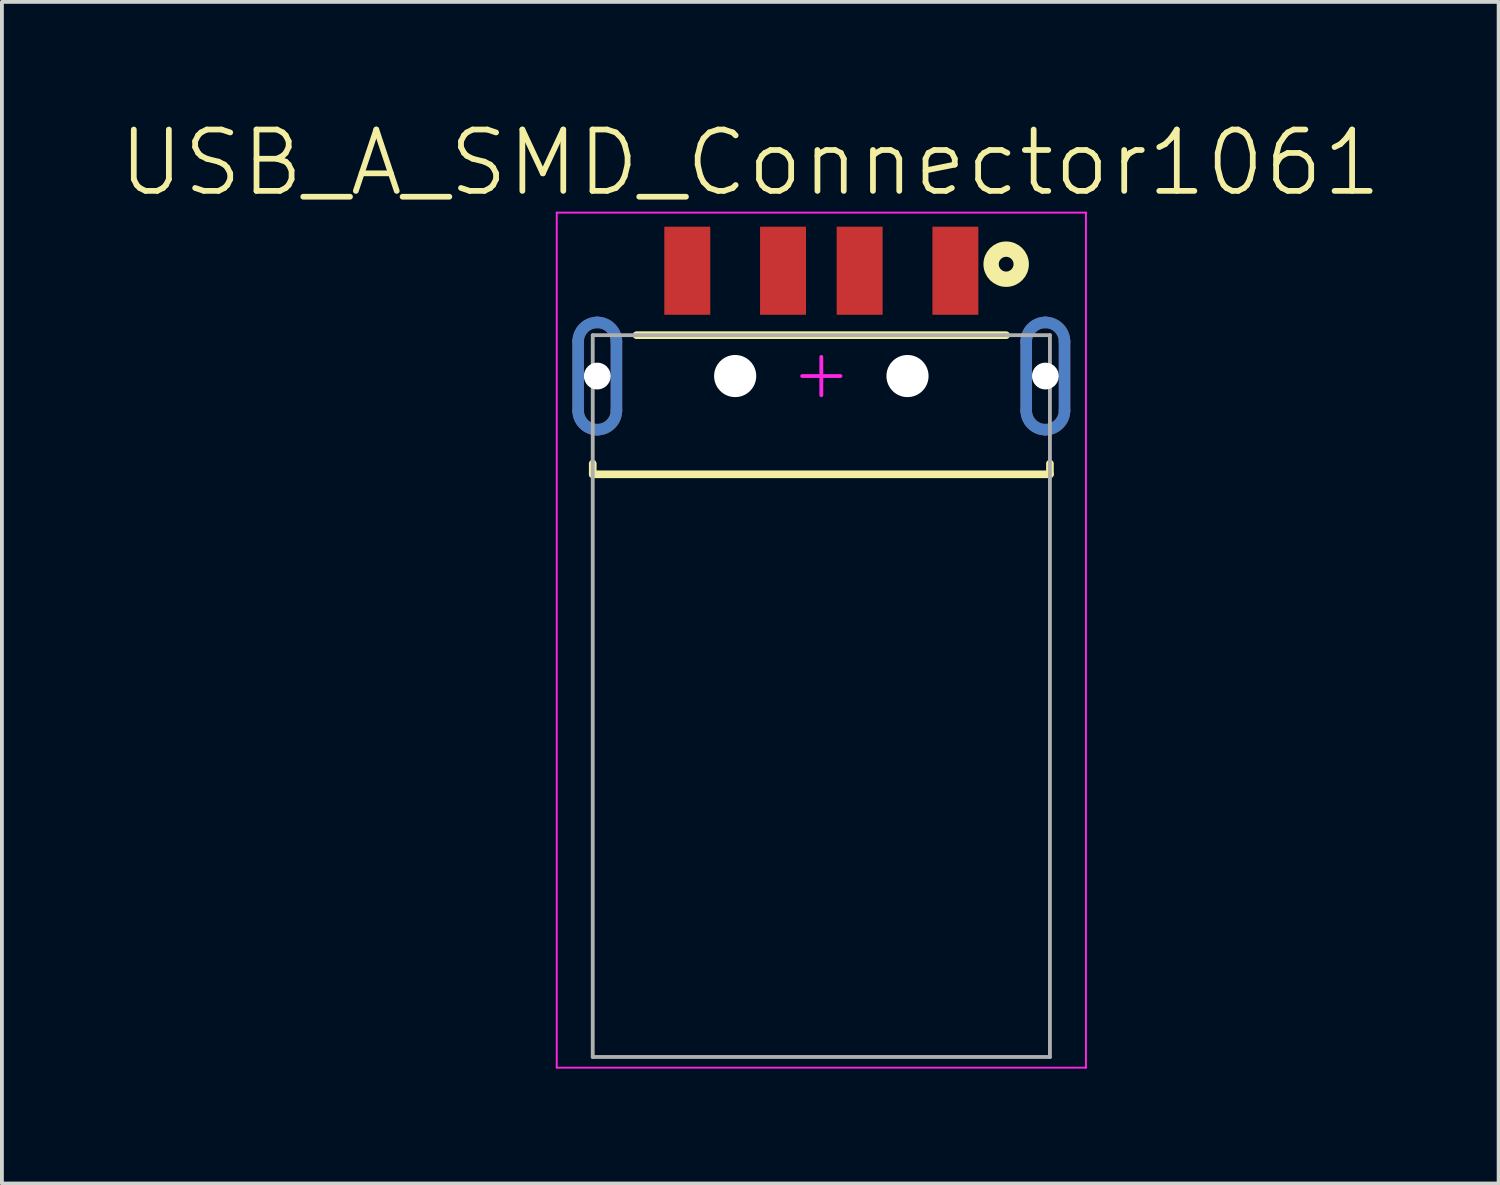
<source format=kicad_pcb>
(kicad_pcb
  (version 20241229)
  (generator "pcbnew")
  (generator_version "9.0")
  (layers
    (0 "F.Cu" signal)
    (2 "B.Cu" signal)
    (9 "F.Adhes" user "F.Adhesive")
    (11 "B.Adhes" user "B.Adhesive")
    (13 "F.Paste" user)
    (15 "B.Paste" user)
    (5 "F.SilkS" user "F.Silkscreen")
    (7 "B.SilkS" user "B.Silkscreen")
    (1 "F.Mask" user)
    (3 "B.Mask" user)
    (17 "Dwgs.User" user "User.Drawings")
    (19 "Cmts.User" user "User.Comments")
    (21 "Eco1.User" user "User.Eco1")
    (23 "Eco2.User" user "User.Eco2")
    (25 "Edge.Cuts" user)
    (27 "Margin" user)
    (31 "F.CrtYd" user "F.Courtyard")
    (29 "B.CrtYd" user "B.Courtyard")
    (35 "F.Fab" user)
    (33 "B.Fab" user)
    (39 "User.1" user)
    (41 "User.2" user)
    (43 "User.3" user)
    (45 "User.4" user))
  (footprint "USB_A_SMD_Connector1061"
    (layer "F.Cu")
    (at 18.396 6.769)
    (property "Reference" "USB_A_SMD_Connector1061" (at -1.856 -5.568 0) (layer "F.SilkS") (effects (font (size 1.602 1.602) (thickness 0.15))))
    (attr through_hole)
    (fp_line (start -6.35 0.9) (end -6.35 -0.9) (stroke (width 0.3) (type solid)) (layer "F.Cu"))
    (fp_line (start -5.35 -0.9) (end -5.35 0.9) (stroke (width 0.3) (type solid)) (layer "F.Cu"))
    (fp_line (start 5.35 0.9) (end 5.35 -0.9) (stroke (width 0.3) (type solid)) (layer "F.Cu"))
    (fp_line (start 6.35 -0.9) (end 6.35 0.9) (stroke (width 0.3) (type solid)) (layer "F.Cu"))
    (fp_arc (start -6.35 -0.9) (mid -6.203553 -1.253553) (end -5.85 -1.4) (stroke (width 0.3) (type solid)) (layer "F.Cu"))
    (fp_arc (start -5.85 -1.4) (mid -5.496447 -1.253553) (end -5.35 -0.9) (stroke (width 0.3) (type solid)) (layer "F.Cu"))
    (fp_arc (start -5.85 1.4) (mid -6.203553 1.253553) (end -6.35 0.9) (stroke (width 0.3) (type solid)) (layer "F.Cu"))
    (fp_arc (start -5.35 0.9) (mid -5.496447 1.253553) (end -5.85 1.4) (stroke (width 0.3) (type solid)) (layer "F.Cu"))
    (fp_arc (start 5.35 -0.9) (mid 5.496447 -1.253553) (end 5.85 -1.4) (stroke (width 0.3) (type solid)) (layer "F.Cu"))
    (fp_arc (start 5.85 -1.4) (mid 6.203553 -1.253553) (end 6.35 -0.9) (stroke (width 0.3) (type solid)) (layer "F.Cu"))
    (fp_arc (start 5.85 1.4) (mid 5.496447 1.253553) (end 5.35 0.9) (stroke (width 0.3) (type solid)) (layer "F.Cu"))
    (fp_arc (start 6.35 0.9) (mid 6.203553 1.253553) (end 5.85 1.4) (stroke (width 0.3) (type solid)) (layer "F.Cu"))
    (fp_poly (pts (xy -6.55 0.9) (xy -6.55 -0.9) (xy -6.549 -0.937) (xy -6.546 -0.973) (xy -6.541 -1.01) (xy -6.535 -1.046) (xy -6.526 -1.081) (xy -6.516 -1.116) (xy -6.504 -1.151) (xy -6.489 -1.185) (xy -6.474 -1.218) (xy -6.456 -1.25) (xy -6.437 -1.281) (xy -6.416 -1.311) (xy -6.394 -1.341) (xy -6.37 -1.368) (xy -6.345 -1.395) (xy -6.318 -1.42) (xy -6.291 -1.444) (xy -6.261 -1.466) (xy -6.231 -1.487) (xy -6.2 -1.506) (xy -6.168 -1.524) (xy -6.135 -1.539) (xy -6.101 -1.554) (xy -6.066 -1.566) (xy -6.031 -1.576) (xy -5.996 -1.585) (xy -5.96 -1.591) (xy -5.923 -1.596) (xy -5.887 -1.599) (xy -5.85 -1.6) (xy -5.813 -1.599) (xy -5.777 -1.596) (xy -5.74 -1.591) (xy -5.704 -1.585) (xy -5.669 -1.576) (xy -5.634 -1.566) (xy -5.599 -1.554) (xy -5.565 -1.539) (xy -5.532 -1.524) (xy -5.5 -1.506) (xy -5.469 -1.487) (xy -5.439 -1.466) (xy -5.409 -1.444) (xy -5.382 -1.42) (xy -5.355 -1.395) (xy -5.33 -1.368) (xy -5.306 -1.341) (xy -5.284 -1.311) (xy -5.263 -1.281) (xy -5.244 -1.25) (xy -5.226 -1.218) (xy -5.211 -1.185) (xy -5.196 -1.151) (xy -5.184 -1.116) (xy -5.174 -1.081) (xy -5.165 -1.046) (xy -5.159 -1.01) (xy -5.154 -0.973) (xy -5.151 -0.937) (xy -5.15 -0.9) (xy -5.15 0.9) (xy -5.151 0.937) (xy -5.154 0.973) (xy -5.159 1.01) (xy -5.165 1.046) (xy -5.174 1.081) (xy -5.184 1.116) (xy -5.196 1.151) (xy -5.211 1.185) (xy -5.226 1.218) (xy -5.244 1.25) (xy -5.263 1.281) (xy -5.284 1.311) (xy -5.306 1.341) (xy -5.33 1.368) (xy -5.355 1.395) (xy -5.382 1.42) (xy -5.409 1.444) (xy -5.439 1.466) (xy -5.469 1.487) (xy -5.5 1.506) (xy -5.532 1.524) (xy -5.565 1.539) (xy -5.599 1.554) (xy -5.634 1.566) (xy -5.669 1.576) (xy -5.704 1.585) (xy -5.74 1.591) (xy -5.777 1.596) (xy -5.813 1.599) (xy -5.85 1.6) (xy -5.887 1.599) (xy -5.923 1.596) (xy -5.96 1.591) (xy -5.996 1.585) (xy -6.031 1.576) (xy -6.066 1.566) (xy -6.101 1.554) (xy -6.135 1.539) (xy -6.168 1.524) (xy -6.2 1.506) (xy -6.231 1.487) (xy -6.261 1.466) (xy -6.291 1.444) (xy -6.318 1.42) (xy -6.345 1.395) (xy -6.37 1.368) (xy -6.394 1.341) (xy -6.416 1.311) (xy -6.437 1.281) (xy -6.456 1.25) (xy -6.474 1.218) (xy -6.489 1.185) (xy -6.504 1.151) (xy -6.516 1.116) (xy -6.526 1.081) (xy -6.535 1.046) (xy -6.541 1.01) (xy -6.546 0.973) (xy -6.549 0.937) (xy -6.55 0.9)) (stroke (width 0.001) (type solid)) (fill yes) (layer "F.Mask"))
    (fp_poly (pts (xy 5.15 0.9) (xy 5.15 -0.9) (xy 5.151 -0.937) (xy 5.154 -0.973) (xy 5.159 -1.01) (xy 5.165 -1.046) (xy 5.174 -1.081) (xy 5.184 -1.116) (xy 5.196 -1.151) (xy 5.211 -1.185) (xy 5.226 -1.218) (xy 5.244 -1.25) (xy 5.263 -1.281) (xy 5.284 -1.311) (xy 5.306 -1.341) (xy 5.33 -1.368) (xy 5.355 -1.395) (xy 5.382 -1.42) (xy 5.409 -1.444) (xy 5.439 -1.466) (xy 5.469 -1.487) (xy 5.5 -1.506) (xy 5.532 -1.524) (xy 5.565 -1.539) (xy 5.599 -1.554) (xy 5.634 -1.566) (xy 5.669 -1.576) (xy 5.704 -1.585) (xy 5.74 -1.591) (xy 5.777 -1.596) (xy 5.813 -1.599) (xy 5.85 -1.6) (xy 5.887 -1.599) (xy 5.923 -1.596) (xy 5.96 -1.591) (xy 5.996 -1.585) (xy 6.031 -1.576) (xy 6.066 -1.566) (xy 6.101 -1.554) (xy 6.135 -1.539) (xy 6.168 -1.524) (xy 6.2 -1.506) (xy 6.231 -1.487) (xy 6.261 -1.466) (xy 6.291 -1.444) (xy 6.318 -1.42) (xy 6.345 -1.395) (xy 6.37 -1.368) (xy 6.394 -1.341) (xy 6.416 -1.311) (xy 6.437 -1.281) (xy 6.456 -1.25) (xy 6.474 -1.218) (xy 6.489 -1.185) (xy 6.504 -1.151) (xy 6.516 -1.116) (xy 6.526 -1.081) (xy 6.535 -1.046) (xy 6.541 -1.01) (xy 6.546 -0.973) (xy 6.549 -0.937) (xy 6.55 -0.9) (xy 6.55 0.9) (xy 6.549 0.937) (xy 6.546 0.973) (xy 6.541 1.01) (xy 6.535 1.046) (xy 6.526 1.081) (xy 6.516 1.116) (xy 6.504 1.151) (xy 6.489 1.185) (xy 6.474 1.218) (xy 6.456 1.25) (xy 6.437 1.281) (xy 6.416 1.311) (xy 6.394 1.341) (xy 6.37 1.368) (xy 6.345 1.395) (xy 6.318 1.42) (xy 6.291 1.444) (xy 6.261 1.466) (xy 6.231 1.487) (xy 6.2 1.506) (xy 6.168 1.524) (xy 6.135 1.539) (xy 6.101 1.554) (xy 6.066 1.566) (xy 6.031 1.576) (xy 5.996 1.585) (xy 5.96 1.591) (xy 5.923 1.596) (xy 5.887 1.599) (xy 5.85 1.6) (xy 5.813 1.599) (xy 5.777 1.596) (xy 5.74 1.591) (xy 5.704 1.585) (xy 5.669 1.576) (xy 5.634 1.566) (xy 5.599 1.554) (xy 5.565 1.539) (xy 5.532 1.524) (xy 5.5 1.506) (xy 5.469 1.487) (xy 5.439 1.466) (xy 5.409 1.444) (xy 5.382 1.42) (xy 5.355 1.395) (xy 5.33 1.368) (xy 5.306 1.341) (xy 5.284 1.311) (xy 5.263 1.281) (xy 5.244 1.25) (xy 5.226 1.218) (xy 5.211 1.185) (xy 5.196 1.151) (xy 5.184 1.116) (xy 5.174 1.081) (xy 5.165 1.046) (xy 5.159 1.01) (xy 5.154 0.973) (xy 5.151 0.937) (xy 5.15 0.9)) (stroke (width 0.001) (type solid)) (fill yes) (layer "F.Mask"))
    (fp_line (start -6.35 0.9) (end -6.35 -0.9) (stroke (width 0.3) (type solid)) (layer "B.Cu"))
    (fp_line (start -5.35 -0.9) (end -5.35 0.9) (stroke (width 0.3) (type solid)) (layer "B.Cu"))
    (fp_line (start 5.35 0.9) (end 5.35 -0.9) (stroke (width 0.3) (type solid)) (layer "B.Cu"))
    (fp_line (start 6.35 -0.9) (end 6.35 0.9) (stroke (width 0.3) (type solid)) (layer "B.Cu"))
    (fp_arc (start -6.35 -0.9) (mid -6.203553 -1.253553) (end -5.85 -1.4) (stroke (width 0.3) (type solid)) (layer "B.Cu"))
    (fp_arc (start -5.85 -1.4) (mid -5.496447 -1.253553) (end -5.35 -0.9) (stroke (width 0.3) (type solid)) (layer "B.Cu"))
    (fp_arc (start -5.85 1.4) (mid -6.203553 1.253553) (end -6.35 0.9) (stroke (width 0.3) (type solid)) (layer "B.Cu"))
    (fp_arc (start -5.35 0.9) (mid -5.496447 1.253553) (end -5.85 1.4) (stroke (width 0.3) (type solid)) (layer "B.Cu"))
    (fp_arc (start 5.35 -0.9) (mid 5.496447 -1.253553) (end 5.85 -1.4) (stroke (width 0.3) (type solid)) (layer "B.Cu"))
    (fp_arc (start 5.85 -1.4) (mid 6.203553 -1.253553) (end 6.35 -0.9) (stroke (width 0.3) (type solid)) (layer "B.Cu"))
    (fp_arc (start 5.85 1.4) (mid 5.496447 1.253553) (end 5.35 0.9) (stroke (width 0.3) (type solid)) (layer "B.Cu"))
    (fp_arc (start 6.35 0.9) (mid 6.203553 1.253553) (end 5.85 1.4) (stroke (width 0.3) (type solid)) (layer "B.Cu"))
    (fp_poly (pts (xy -6.55 0.9) (xy -6.55 -0.9) (xy -6.549 -0.937) (xy -6.546 -0.973) (xy -6.541 -1.01) (xy -6.535 -1.046) (xy -6.526 -1.081) (xy -6.516 -1.116) (xy -6.504 -1.151) (xy -6.489 -1.185) (xy -6.474 -1.218) (xy -6.456 -1.25) (xy -6.437 -1.281) (xy -6.416 -1.311) (xy -6.394 -1.341) (xy -6.37 -1.368) (xy -6.345 -1.395) (xy -6.318 -1.42) (xy -6.291 -1.444) (xy -6.261 -1.466) (xy -6.231 -1.487) (xy -6.2 -1.506) (xy -6.168 -1.524) (xy -6.135 -1.539) (xy -6.101 -1.554) (xy -6.066 -1.566) (xy -6.031 -1.576) (xy -5.996 -1.585) (xy -5.96 -1.591) (xy -5.923 -1.596) (xy -5.887 -1.599) (xy -5.85 -1.6) (xy -5.813 -1.599) (xy -5.777 -1.596) (xy -5.74 -1.591) (xy -5.704 -1.585) (xy -5.669 -1.576) (xy -5.634 -1.566) (xy -5.599 -1.554) (xy -5.565 -1.539) (xy -5.532 -1.524) (xy -5.5 -1.506) (xy -5.469 -1.487) (xy -5.439 -1.466) (xy -5.409 -1.444) (xy -5.382 -1.42) (xy -5.355 -1.395) (xy -5.33 -1.368) (xy -5.306 -1.341) (xy -5.284 -1.311) (xy -5.263 -1.281) (xy -5.244 -1.25) (xy -5.226 -1.218) (xy -5.211 -1.185) (xy -5.196 -1.151) (xy -5.184 -1.116) (xy -5.174 -1.081) (xy -5.165 -1.046) (xy -5.159 -1.01) (xy -5.154 -0.973) (xy -5.151 -0.937) (xy -5.15 -0.9) (xy -5.15 0.9) (xy -5.151 0.937) (xy -5.154 0.973) (xy -5.159 1.01) (xy -5.165 1.046) (xy -5.174 1.081) (xy -5.184 1.116) (xy -5.196 1.151) (xy -5.211 1.185) (xy -5.226 1.218) (xy -5.244 1.25) (xy -5.263 1.281) (xy -5.284 1.311) (xy -5.306 1.341) (xy -5.33 1.368) (xy -5.355 1.395) (xy -5.382 1.42) (xy -5.409 1.444) (xy -5.439 1.466) (xy -5.469 1.487) (xy -5.5 1.506) (xy -5.532 1.524) (xy -5.565 1.539) (xy -5.599 1.554) (xy -5.634 1.566) (xy -5.669 1.576) (xy -5.704 1.585) (xy -5.74 1.591) (xy -5.777 1.596) (xy -5.813 1.599) (xy -5.85 1.6) (xy -5.887 1.599) (xy -5.923 1.596) (xy -5.96 1.591) (xy -5.996 1.585) (xy -6.031 1.576) (xy -6.066 1.566) (xy -6.101 1.554) (xy -6.135 1.539) (xy -6.168 1.524) (xy -6.2 1.506) (xy -6.231 1.487) (xy -6.261 1.466) (xy -6.291 1.444) (xy -6.318 1.42) (xy -6.345 1.395) (xy -6.37 1.368) (xy -6.394 1.341) (xy -6.416 1.311) (xy -6.437 1.281) (xy -6.456 1.25) (xy -6.474 1.218) (xy -6.489 1.185) (xy -6.504 1.151) (xy -6.516 1.116) (xy -6.526 1.081) (xy -6.535 1.046) (xy -6.541 1.01) (xy -6.546 0.973) (xy -6.549 0.937) (xy -6.55 0.9)) (stroke (width 0.001) (type solid)) (fill yes) (layer "B.Mask"))
    (fp_poly (pts (xy 5.15 0.9) (xy 5.15 -0.9) (xy 5.151 -0.937) (xy 5.154 -0.973) (xy 5.159 -1.01) (xy 5.165 -1.046) (xy 5.174 -1.081) (xy 5.184 -1.116) (xy 5.196 -1.151) (xy 5.211 -1.185) (xy 5.226 -1.218) (xy 5.244 -1.25) (xy 5.263 -1.281) (xy 5.284 -1.311) (xy 5.306 -1.341) (xy 5.33 -1.368) (xy 5.355 -1.395) (xy 5.382 -1.42) (xy 5.409 -1.444) (xy 5.439 -1.466) (xy 5.469 -1.487) (xy 5.5 -1.506) (xy 5.532 -1.524) (xy 5.565 -1.539) (xy 5.599 -1.554) (xy 5.634 -1.566) (xy 5.669 -1.576) (xy 5.704 -1.585) (xy 5.74 -1.591) (xy 5.777 -1.596) (xy 5.813 -1.599) (xy 5.85 -1.6) (xy 5.887 -1.599) (xy 5.923 -1.596) (xy 5.96 -1.591) (xy 5.996 -1.585) (xy 6.031 -1.576) (xy 6.066 -1.566) (xy 6.101 -1.554) (xy 6.135 -1.539) (xy 6.168 -1.524) (xy 6.2 -1.506) (xy 6.231 -1.487) (xy 6.261 -1.466) (xy 6.291 -1.444) (xy 6.318 -1.42) (xy 6.345 -1.395) (xy 6.37 -1.368) (xy 6.394 -1.341) (xy 6.416 -1.311) (xy 6.437 -1.281) (xy 6.456 -1.25) (xy 6.474 -1.218) (xy 6.489 -1.185) (xy 6.504 -1.151) (xy 6.516 -1.116) (xy 6.526 -1.081) (xy 6.535 -1.046) (xy 6.541 -1.01) (xy 6.546 -0.973) (xy 6.549 -0.937) (xy 6.55 -0.9) (xy 6.55 0.9) (xy 6.549 0.937) (xy 6.546 0.973) (xy 6.541 1.01) (xy 6.535 1.046) (xy 6.526 1.081) (xy 6.516 1.116) (xy 6.504 1.151) (xy 6.489 1.185) (xy 6.474 1.218) (xy 6.456 1.25) (xy 6.437 1.281) (xy 6.416 1.311) (xy 6.394 1.341) (xy 6.37 1.368) (xy 6.345 1.395) (xy 6.318 1.42) (xy 6.291 1.444) (xy 6.261 1.466) (xy 6.231 1.487) (xy 6.2 1.506) (xy 6.168 1.524) (xy 6.135 1.539) (xy 6.101 1.554) (xy 6.066 1.566) (xy 6.031 1.576) (xy 5.996 1.585) (xy 5.96 1.591) (xy 5.923 1.596) (xy 5.887 1.599) (xy 5.85 1.6) (xy 5.813 1.599) (xy 5.777 1.596) (xy 5.74 1.591) (xy 5.704 1.585) (xy 5.669 1.576) (xy 5.634 1.566) (xy 5.599 1.554) (xy 5.565 1.539) (xy 5.532 1.524) (xy 5.5 1.506) (xy 5.469 1.487) (xy 5.439 1.466) (xy 5.409 1.444) (xy 5.382 1.42) (xy 5.355 1.395) (xy 5.33 1.368) (xy 5.306 1.341) (xy 5.284 1.311) (xy 5.263 1.281) (xy 5.244 1.25) (xy 5.226 1.218) (xy 5.211 1.185) (xy 5.196 1.151) (xy 5.184 1.116) (xy 5.174 1.081) (xy 5.165 1.046) (xy 5.159 1.01) (xy 5.154 0.973) (xy 5.151 0.937) (xy 5.15 0.9)) (stroke (width 0.001) (type solid)) (fill yes) (layer "B.Mask"))
    (fp_line (start -5.969 2.565) (end -5.969 2.286) (stroke (width 0.2) (type solid)) (layer "F.SilkS"))
    (fp_line (start -5.969 2.565) (end 5.969 2.565) (stroke (width 0.2) (type solid)) (layer "F.SilkS"))
    (fp_line (start -4.826 -1.067) (end 4.826 -1.067) (stroke (width 0.2) (type solid)) (layer "F.SilkS"))
    (fp_line (start 5.969 2.565) (end 5.969 2.286) (stroke (width 0.2) (type solid)) (layer "F.SilkS"))
    (fp_circle (center 4.826 -2.921) (end 5.019 -2.921) (stroke (width 0.4) (type solid)) (fill no) (layer "F.SilkS"))
    (fp_line (start -6.35 0.9) (end -6.35 -0.9) (stroke (width 0.3) (type solid)) (layer "F.Paste"))
    (fp_line (start -5.35 -0.9) (end -5.35 0.9) (stroke (width 0.3) (type solid)) (layer "F.Paste"))
    (fp_line (start 5.35 0.9) (end 5.35 -0.9) (stroke (width 0.3) (type solid)) (layer "F.Paste"))
    (fp_line (start 6.35 -0.9) (end 6.35 0.9) (stroke (width 0.3) (type solid)) (layer "F.Paste"))
    (fp_arc (start -6.35 -0.9) (mid -6.203553 -1.253553) (end -5.85 -1.4) (stroke (width 0.3) (type solid)) (layer "F.Paste"))
    (fp_arc (start -5.85 -1.4) (mid -5.496447 -1.253553) (end -5.35 -0.9) (stroke (width 0.3) (type solid)) (layer "F.Paste"))
    (fp_arc (start -5.85 1.4) (mid -6.203553 1.253553) (end -6.35 0.9) (stroke (width 0.3) (type solid)) (layer "F.Paste"))
    (fp_arc (start -5.35 0.9) (mid -5.496447 1.253553) (end -5.85 1.4) (stroke (width 0.3) (type solid)) (layer "F.Paste"))
    (fp_arc (start 5.35 -0.9) (mid 5.496447 -1.253553) (end 5.85 -1.4) (stroke (width 0.3) (type solid)) (layer "F.Paste"))
    (fp_arc (start 5.85 -1.4) (mid 6.203553 -1.253553) (end 6.35 -0.9) (stroke (width 0.3) (type solid)) (layer "F.Paste"))
    (fp_arc (start 5.85 1.4) (mid 5.496447 1.253553) (end 5.35 0.9) (stroke (width 0.3) (type solid)) (layer "F.Paste"))
    (fp_arc (start 6.35 0.9) (mid 6.203553 1.253553) (end 5.85 1.4) (stroke (width 0.3) (type solid)) (layer "F.Paste"))
    (fp_line (start -6.35 0.9) (end -6.35 -0.9) (stroke (width 0.3) (type solid)) (layer "B.Paste"))
    (fp_line (start -5.35 -0.9) (end -5.35 0.9) (stroke (width 0.3) (type solid)) (layer "B.Paste"))
    (fp_line (start 5.35 0.9) (end 5.35 -0.9) (stroke (width 0.3) (type solid)) (layer "B.Paste"))
    (fp_line (start 6.35 -0.9) (end 6.35 0.9) (stroke (width 0.3) (type solid)) (layer "B.Paste"))
    (fp_arc (start -6.35 -0.9) (mid -6.203553 -1.253553) (end -5.85 -1.4) (stroke (width 0.3) (type solid)) (layer "B.Paste"))
    (fp_arc (start -5.85 -1.4) (mid -5.496447 -1.253553) (end -5.35 -0.9) (stroke (width 0.3) (type solid)) (layer "B.Paste"))
    (fp_arc (start -5.85 1.4) (mid -6.203553 1.253553) (end -6.35 0.9) (stroke (width 0.3) (type solid)) (layer "B.Paste"))
    (fp_arc (start -5.35 0.9) (mid -5.496447 1.253553) (end -5.85 1.4) (stroke (width 0.3) (type solid)) (layer "B.Paste"))
    (fp_arc (start 5.35 -0.9) (mid 5.496447 -1.253553) (end 5.85 -1.4) (stroke (width 0.3) (type solid)) (layer "B.Paste"))
    (fp_arc (start 5.85 -1.4) (mid 6.203553 -1.253553) (end 6.35 -0.9) (stroke (width 0.3) (type solid)) (layer "B.Paste"))
    (fp_arc (start 5.85 1.4) (mid 5.496447 1.253553) (end 5.35 0.9) (stroke (width 0.3) (type solid)) (layer "B.Paste"))
    (fp_arc (start 6.35 0.9) (mid 6.203553 1.253553) (end 5.85 1.4) (stroke (width 0.3) (type solid)) (layer "B.Paste"))
    (fp_line (start -6.2 0.9) (end -6.2 -0.9) (stroke (width 0.001) (type solid)) (layer "Edge.Cuts"))
    (fp_line (start -5.5 -0.9) (end -5.5 0.9) (stroke (width 0.001) (type solid)) (layer "Edge.Cuts"))
    (fp_line (start 5.5 0.9) (end 5.5 -0.9) (stroke (width 0.001) (type solid)) (layer "Edge.Cuts"))
    (fp_line (start 6.2 -0.9) (end 6.2 0.9) (stroke (width 0.001) (type solid)) (layer "Edge.Cuts"))
    (fp_arc (start -6.2 -0.9) (mid -6.097487 -1.147487) (end -5.85 -1.25) (stroke (width 0.001) (type solid)) (layer "Edge.Cuts"))
    (fp_arc (start -5.85 -1.25) (mid -5.602513 -1.147487) (end -5.5 -0.9) (stroke (width 0.001) (type solid)) (layer "Edge.Cuts"))
    (fp_arc (start -5.85 1.25) (mid -6.097487 1.147487) (end -6.2 0.9) (stroke (width 0.001) (type solid)) (layer "Edge.Cuts"))
    (fp_arc (start -5.5 0.9) (mid -5.602513 1.147487) (end -5.85 1.25) (stroke (width 0.001) (type solid)) (layer "Edge.Cuts"))
    (fp_arc (start 5.5 -0.9) (mid 5.602513 -1.147487) (end 5.85 -1.25) (stroke (width 0.001) (type solid)) (layer "Edge.Cuts"))
    (fp_arc (start 5.85 -1.25) (mid 6.097487 -1.147487) (end 6.2 -0.9) (stroke (width 0.001) (type solid)) (layer "Edge.Cuts"))
    (fp_arc (start 5.85 1.25) (mid 5.602513 1.147487) (end 5.5 0.9) (stroke (width 0.001) (type solid)) (layer "Edge.Cuts"))
    (fp_arc (start 6.2 0.9) (mid 6.097487 1.147487) (end 5.85 1.25) (stroke (width 0.001) (type solid)) (layer "Edge.Cuts"))
    (fp_line (start -6.909 -4.267) (end 6.909 -4.267) (stroke (width 0.05) (type solid)) (layer "F.CrtYd"))
    (fp_line (start -6.909 18.059) (end -6.909 -4.267) (stroke (width 0.05) (type solid)) (layer "F.CrtYd"))
    (fp_line (start -6.909 18.059) (end 6.909 18.059) (stroke (width 0.05) (type solid)) (layer "F.CrtYd"))
    (fp_line (start -0.5 0) (end 0.5 0) (stroke (width 0.1) (type solid)) (layer "F.CrtYd"))
    (fp_line (start 0 0.5) (end 0 -0.5) (stroke (width 0.1) (type solid)) (layer "F.CrtYd"))
    (fp_line (start 6.909 18.059) (end 6.909 -4.267) (stroke (width 0.05) (type solid)) (layer "F.CrtYd"))
    (fp_line (start -5.969 -1.067) (end 5.969 -1.067) (stroke (width 0.1) (type solid)) (layer "F.Fab"))
    (fp_line (start -5.969 17.78) (end -5.969 -1.066) (stroke (width 0.1) (type solid)) (layer "F.Fab"))
    (fp_line (start -5.969 17.78) (end 5.969 17.78) (stroke (width 0.1) (type solid)) (layer "F.Fab"))
    (fp_line (start 5.969 17.78) (end 5.969 -1.066) (stroke (width 0.1) (type solid)) (layer "F.Fab"))
    (pad "" np_thru_hole circle (at -5.85 0) (size 0.7 0.7) (drill 0.7) (layers "*.Cu" "*.Mask"))
    (pad "" np_thru_hole circle (at -2.25 0) (size 1.1 1.1) (drill 1.1) (layers "*.Cu" "*.Mask"))
    (pad "" np_thru_hole circle (at 2.25 0) (size 1.1 1.1) (drill 1.1) (layers "*.Cu" "*.Mask"))
    (pad "" np_thru_hole circle (at 5.85 0) (size 0.7 0.7) (drill 0.7) (layers "*.Cu" "*.Mask"))
    (pad "1" smd rect (at 3.5 -2.75) (size 1.2 2.3) (layers "F.Cu" "F.Mask" "F.Paste"))
    (pad "2" smd rect (at 1 -2.75) (size 1.2 2.3) (layers "F.Cu" "F.Mask" "F.Paste"))
    (pad "3" smd rect (at -1 -2.75) (size 1.2 2.3) (layers "F.Cu" "F.Mask" "F.Paste"))
    (pad "4" smd rect (at -3.5 -2.75) (size 1.2 2.3) (layers "F.Cu" "F.Mask" "F.Paste"))
    (pad "5" smd rect (at -5.85 -1.4) (size 0.2 0.2) (layers "F.Cu"))
    (pad "6" smd rect (at 5.85 -1.4) (size 0.2 0.2) (layers "F.Cu")))
  (gr_rect
    (start -3 -3)
    (end 36.081 27.853)
    (stroke (width 0.1) (type default))
    (fill no)
    (layer "Edge.Cuts")))
</source>
